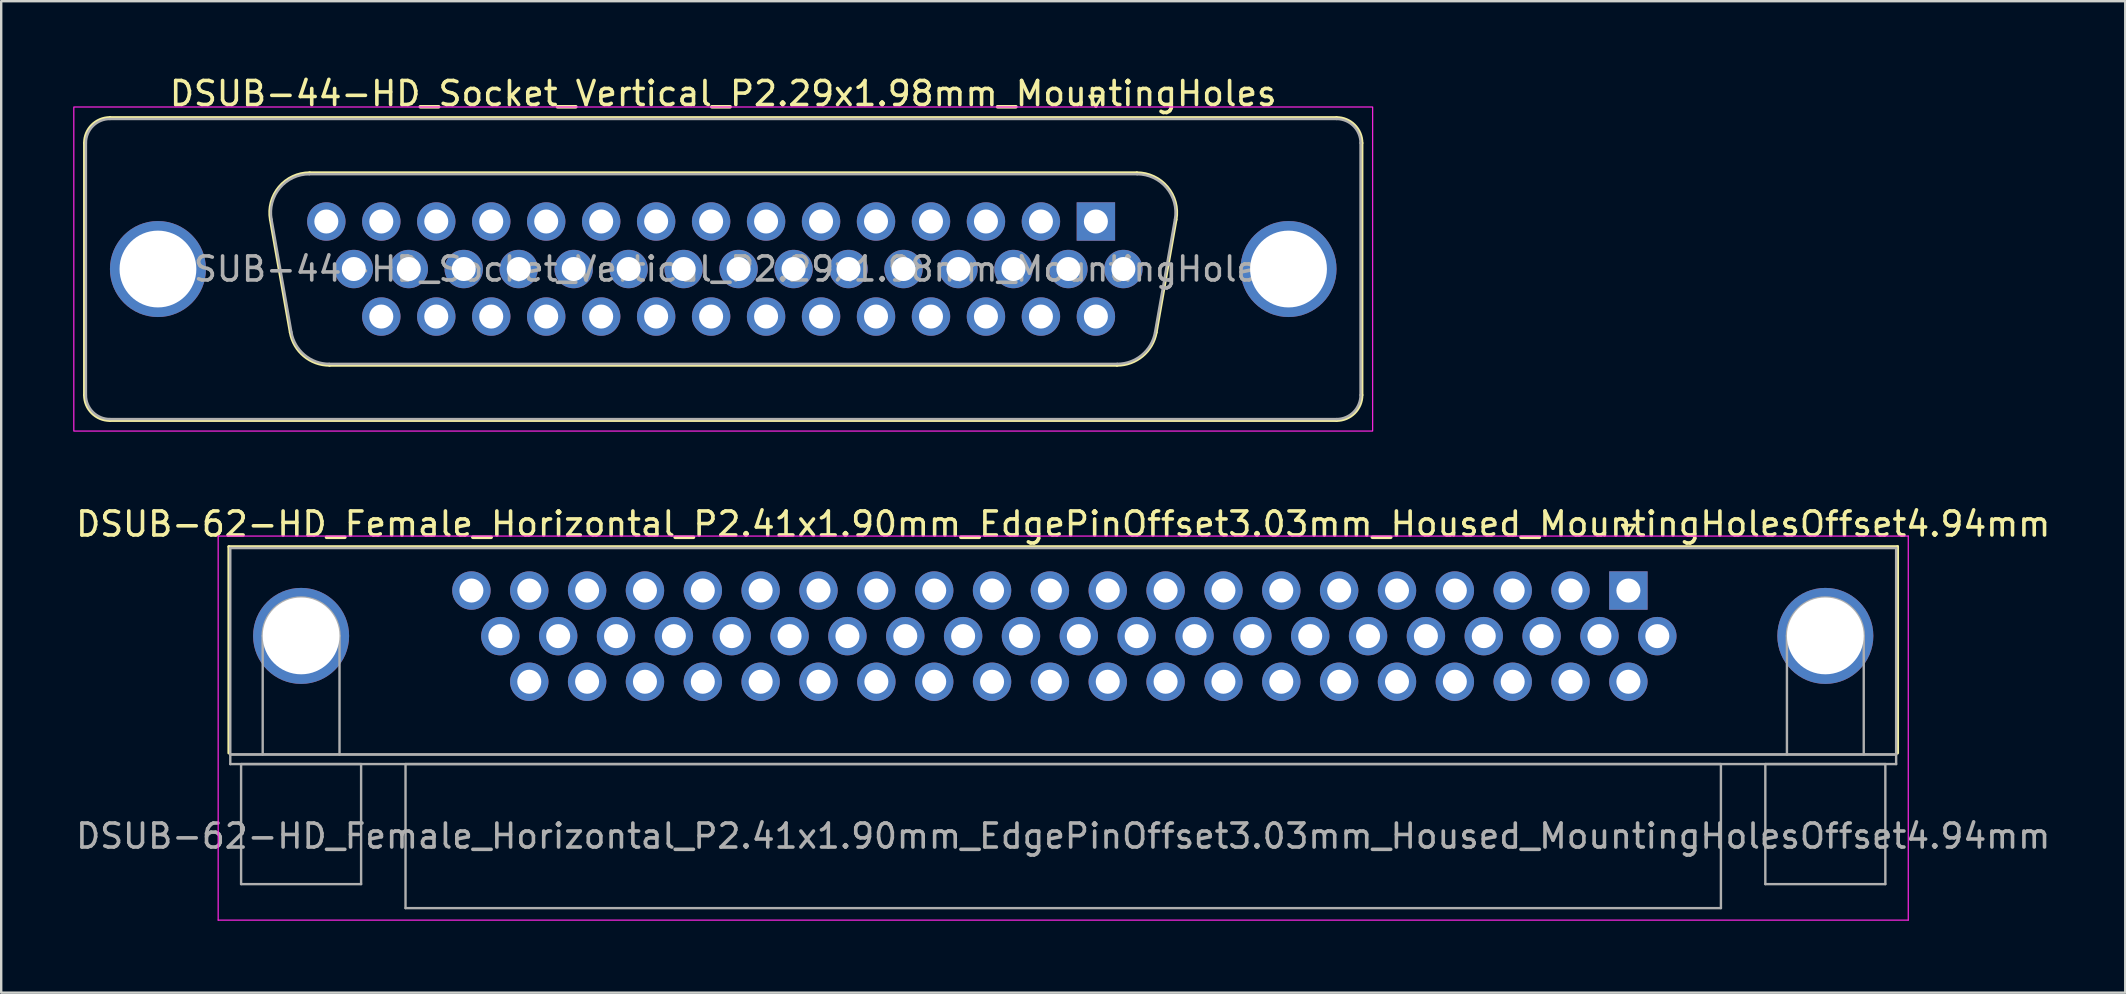
<source format=kicad_pcb>
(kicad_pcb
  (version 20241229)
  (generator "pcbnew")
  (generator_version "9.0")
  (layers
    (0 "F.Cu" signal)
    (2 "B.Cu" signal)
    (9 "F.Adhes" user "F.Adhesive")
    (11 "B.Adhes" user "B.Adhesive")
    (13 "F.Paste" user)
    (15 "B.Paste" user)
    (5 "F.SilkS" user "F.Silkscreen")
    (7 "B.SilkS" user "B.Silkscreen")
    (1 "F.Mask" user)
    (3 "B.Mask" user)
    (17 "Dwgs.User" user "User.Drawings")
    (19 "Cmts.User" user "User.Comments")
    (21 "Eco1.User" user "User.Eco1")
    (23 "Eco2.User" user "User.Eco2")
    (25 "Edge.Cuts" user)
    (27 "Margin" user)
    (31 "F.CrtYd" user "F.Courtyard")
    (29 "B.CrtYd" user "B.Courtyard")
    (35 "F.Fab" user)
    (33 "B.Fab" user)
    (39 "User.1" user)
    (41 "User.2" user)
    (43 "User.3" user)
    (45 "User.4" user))
  (footprint "DSUB-62-HD_Female_Horizontal_P2.41x1.90mm_EdgePinOffset3.03mm_Housed_MountingHolesOffset4.94mm"
    (layer "F.Cu")
    (at 64.789 21.552)
    (property "Reference" "DSUB-62-HD_Female_Horizontal_P2.41x1.90mm_EdgePinOffset3.03mm_Housed_MountingHolesOffset4.94mm" (at -23.545 -2.77 0) (layer "F.SilkS") (effects (font (size 1 1) (thickness 0.15))))
    (attr through_hole)
    (fp_line (start -58.305 -1.83) (end 11.215 -1.83) (stroke (width 0.12) (type solid)) (layer "F.SilkS"))
    (fp_line (start -58.305 6.77) (end -58.305 -1.83) (stroke (width 0.12) (type solid)) (layer "F.SilkS"))
    (fp_line (start -0.25 -2.724) (end 0.25 -2.724) (stroke (width 0.12) (type solid)) (layer "F.SilkS"))
    (fp_line (start 0 -2.291) (end -0.25 -2.724) (stroke (width 0.12) (type solid)) (layer "F.SilkS"))
    (fp_line (start 0.25 -2.724) (end 0 -2.291) (stroke (width 0.12) (type solid)) (layer "F.SilkS"))
    (fp_line (start 11.215 -1.83) (end 11.215 6.77) (stroke (width 0.12) (type solid)) (layer "F.SilkS"))
    (fp_line (start -58.75 -2.27) (end -58.75 13.73) (stroke (width 0.05) (type solid)) (layer "F.CrtYd"))
    (fp_line (start -58.75 13.73) (end 11.66 13.73) (stroke (width 0.05) (type solid)) (layer "F.CrtYd"))
    (fp_line (start 11.66 -2.27) (end -58.75 -2.27) (stroke (width 0.05) (type solid)) (layer "F.CrtYd"))
    (fp_line (start 11.66 13.73) (end 11.66 -2.27) (stroke (width 0.05) (type solid)) (layer "F.CrtYd"))
    (fp_line (start -58.245 -1.77) (end -58.245 6.83) (stroke (width 0.1) (type solid)) (layer "F.Fab"))
    (fp_line (start -58.245 6.83) (end -58.245 7.23) (stroke (width 0.1) (type solid)) (layer "F.Fab"))
    (fp_line (start -58.245 6.83) (end 11.155 6.83) (stroke (width 0.1) (type solid)) (layer "F.Fab"))
    (fp_line (start -58.245 7.23) (end 11.155 7.23) (stroke (width 0.1) (type solid)) (layer "F.Fab"))
    (fp_line (start -57.795 7.23) (end -57.795 12.23) (stroke (width 0.1) (type solid)) (layer "F.Fab"))
    (fp_line (start -57.795 12.23) (end -52.795 12.23) (stroke (width 0.1) (type solid)) (layer "F.Fab"))
    (fp_line (start -56.895 6.83) (end -56.895 1.89) (stroke (width 0.1) (type solid)) (layer "F.Fab"))
    (fp_line (start -53.695 6.83) (end -53.695 1.89) (stroke (width 0.1) (type solid)) (layer "F.Fab"))
    (fp_line (start -52.795 7.23) (end -57.795 7.23) (stroke (width 0.1) (type solid)) (layer "F.Fab"))
    (fp_line (start -52.795 12.23) (end -52.795 7.23) (stroke (width 0.1) (type solid)) (layer "F.Fab"))
    (fp_line (start -50.945 7.23) (end -50.945 13.23) (stroke (width 0.1) (type solid)) (layer "F.Fab"))
    (fp_line (start -50.945 13.23) (end 3.855 13.23) (stroke (width 0.1) (type solid)) (layer "F.Fab"))
    (fp_line (start 3.855 7.23) (end -50.945 7.23) (stroke (width 0.1) (type solid)) (layer "F.Fab"))
    (fp_line (start 3.855 13.23) (end 3.855 7.23) (stroke (width 0.1) (type solid)) (layer "F.Fab"))
    (fp_line (start 5.705 7.23) (end 5.705 12.23) (stroke (width 0.1) (type solid)) (layer "F.Fab"))
    (fp_line (start 5.705 12.23) (end 10.705 12.23) (stroke (width 0.1) (type solid)) (layer "F.Fab"))
    (fp_line (start 6.605 6.83) (end 6.605 1.89) (stroke (width 0.1) (type solid)) (layer "F.Fab"))
    (fp_line (start 9.805 6.83) (end 9.805 1.89) (stroke (width 0.1) (type solid)) (layer "F.Fab"))
    (fp_line (start 10.705 7.23) (end 5.705 7.23) (stroke (width 0.1) (type solid)) (layer "F.Fab"))
    (fp_line (start 10.705 12.23) (end 10.705 7.23) (stroke (width 0.1) (type solid)) (layer "F.Fab"))
    (fp_line (start 11.155 -1.77) (end -58.245 -1.77) (stroke (width 0.1) (type solid)) (layer "F.Fab"))
    (fp_line (start 11.155 6.83) (end -58.245 6.83) (stroke (width 0.1) (type solid)) (layer "F.Fab"))
    (fp_line (start 11.155 6.83) (end 11.155 -1.77) (stroke (width 0.1) (type solid)) (layer "F.Fab"))
    (fp_line (start 11.155 7.23) (end 11.155 6.83) (stroke (width 0.1) (type solid)) (layer "F.Fab"))
    (fp_arc (start -56.895 1.89) (mid -55.295 0.29) (end -53.695 1.89) (stroke (width 0.1) (type solid)) (layer "F.Fab"))
    (fp_arc (start 6.605 1.89) (mid 8.205 0.29) (end 9.805 1.89) (stroke (width 0.1) (type solid)) (layer "F.Fab"))
    (fp_text user "${REFERENCE}" (at -23.545 10.23 0) (layer "F.Fab") (effects (font (size 1 1) (thickness 0.15))))
    (pad "0" thru_hole circle (at -55.295 1.89) (size 4 4) (drill 3.2) (layers "*.Cu" "*.Mask"))
    (pad "0" thru_hole circle (at 8.205 1.89) (size 4 4) (drill 3.2) (layers "*.Cu" "*.Mask"))
    (pad "1" thru_hole rect (at 0 0) (size 1.6 1.6) (drill 1) (layers "*.Cu" "*.Mask"))
    (pad "2" thru_hole circle (at -2.41 0) (size 1.6 1.6) (drill 1) (layers "*.Cu" "*.Mask"))
    (pad "3" thru_hole circle (at -4.82 0) (size 1.6 1.6) (drill 1) (layers "*.Cu" "*.Mask"))
    (pad "4" thru_hole circle (at -7.23 0) (size 1.6 1.6) (drill 1) (layers "*.Cu" "*.Mask"))
    (pad "5" thru_hole circle (at -9.64 0) (size 1.6 1.6) (drill 1) (layers "*.Cu" "*.Mask"))
    (pad "6" thru_hole circle (at -12.05 0) (size 1.6 1.6) (drill 1) (layers "*.Cu" "*.Mask"))
    (pad "7" thru_hole circle (at -14.46 0) (size 1.6 1.6) (drill 1) (layers "*.Cu" "*.Mask"))
    (pad "8" thru_hole circle (at -16.87 0) (size 1.6 1.6) (drill 1) (layers "*.Cu" "*.Mask"))
    (pad "9" thru_hole circle (at -19.28 0) (size 1.6 1.6) (drill 1) (layers "*.Cu" "*.Mask"))
    (pad "10" thru_hole circle (at -21.69 0) (size 1.6 1.6) (drill 1) (layers "*.Cu" "*.Mask"))
    (pad "11" thru_hole circle (at -24.1 0) (size 1.6 1.6) (drill 1) (layers "*.Cu" "*.Mask"))
    (pad "12" thru_hole circle (at -26.51 0) (size 1.6 1.6) (drill 1) (layers "*.Cu" "*.Mask"))
    (pad "13" thru_hole circle (at -28.92 0) (size 1.6 1.6) (drill 1) (layers "*.Cu" "*.Mask"))
    (pad "14" thru_hole circle (at -31.33 0) (size 1.6 1.6) (drill 1) (layers "*.Cu" "*.Mask"))
    (pad "15" thru_hole circle (at -33.74 0) (size 1.6 1.6) (drill 1) (layers "*.Cu" "*.Mask"))
    (pad "16" thru_hole circle (at -36.15 0) (size 1.6 1.6) (drill 1) (layers "*.Cu" "*.Mask"))
    (pad "17" thru_hole circle (at -38.56 0) (size 1.6 1.6) (drill 1) (layers "*.Cu" "*.Mask"))
    (pad "18" thru_hole circle (at -40.97 0) (size 1.6 1.6) (drill 1) (layers "*.Cu" "*.Mask"))
    (pad "19" thru_hole circle (at -43.38 0) (size 1.6 1.6) (drill 1) (layers "*.Cu" "*.Mask"))
    (pad "20" thru_hole circle (at -45.79 0) (size 1.6 1.6) (drill 1) (layers "*.Cu" "*.Mask"))
    (pad "21" thru_hole circle (at -48.2 0) (size 1.6 1.6) (drill 1) (layers "*.Cu" "*.Mask"))
    (pad "22" thru_hole circle (at 1.205 1.9) (size 1.6 1.6) (drill 1) (layers "*.Cu" "*.Mask"))
    (pad "23" thru_hole circle (at -1.205 1.9) (size 1.6 1.6) (drill 1) (layers "*.Cu" "*.Mask"))
    (pad "24" thru_hole circle (at -3.615 1.9) (size 1.6 1.6) (drill 1) (layers "*.Cu" "*.Mask"))
    (pad "25" thru_hole circle (at -6.025 1.9) (size 1.6 1.6) (drill 1) (layers "*.Cu" "*.Mask"))
    (pad "26" thru_hole circle (at -8.435 1.9) (size 1.6 1.6) (drill 1) (layers "*.Cu" "*.Mask"))
    (pad "27" thru_hole circle (at -10.845 1.9) (size 1.6 1.6) (drill 1) (layers "*.Cu" "*.Mask"))
    (pad "28" thru_hole circle (at -13.255 1.9) (size 1.6 1.6) (drill 1) (layers "*.Cu" "*.Mask"))
    (pad "29" thru_hole circle (at -15.665 1.9) (size 1.6 1.6) (drill 1) (layers "*.Cu" "*.Mask"))
    (pad "30" thru_hole circle (at -18.075 1.9) (size 1.6 1.6) (drill 1) (layers "*.Cu" "*.Mask"))
    (pad "31" thru_hole circle (at -20.485 1.9) (size 1.6 1.6) (drill 1) (layers "*.Cu" "*.Mask"))
    (pad "32" thru_hole circle (at -22.895 1.9) (size 1.6 1.6) (drill 1) (layers "*.Cu" "*.Mask"))
    (pad "33" thru_hole circle (at -25.305 1.9) (size 1.6 1.6) (drill 1) (layers "*.Cu" "*.Mask"))
    (pad "34" thru_hole circle (at -27.715 1.9) (size 1.6 1.6) (drill 1) (layers "*.Cu" "*.Mask"))
    (pad "35" thru_hole circle (at -30.125 1.9) (size 1.6 1.6) (drill 1) (layers "*.Cu" "*.Mask"))
    (pad "36" thru_hole circle (at -32.535 1.9) (size 1.6 1.6) (drill 1) (layers "*.Cu" "*.Mask"))
    (pad "37" thru_hole circle (at -34.945 1.9) (size 1.6 1.6) (drill 1) (layers "*.Cu" "*.Mask"))
    (pad "38" thru_hole circle (at -37.355 1.9) (size 1.6 1.6) (drill 1) (layers "*.Cu" "*.Mask"))
    (pad "39" thru_hole circle (at -39.765 1.9) (size 1.6 1.6) (drill 1) (layers "*.Cu" "*.Mask"))
    (pad "40" thru_hole circle (at -42.175 1.9) (size 1.6 1.6) (drill 1) (layers "*.Cu" "*.Mask"))
    (pad "41" thru_hole circle (at -44.585 1.9) (size 1.6 1.6) (drill 1) (layers "*.Cu" "*.Mask"))
    (pad "42" thru_hole circle (at -46.995 1.9) (size 1.6 1.6) (drill 1) (layers "*.Cu" "*.Mask"))
    (pad "43" thru_hole circle (at 0 3.8) (size 1.6 1.6) (drill 1) (layers "*.Cu" "*.Mask"))
    (pad "44" thru_hole circle (at -2.41 3.8) (size 1.6 1.6) (drill 1) (layers "*.Cu" "*.Mask"))
    (pad "45" thru_hole circle (at -4.82 3.8) (size 1.6 1.6) (drill 1) (layers "*.Cu" "*.Mask"))
    (pad "46" thru_hole circle (at -7.23 3.8) (size 1.6 1.6) (drill 1) (layers "*.Cu" "*.Mask"))
    (pad "47" thru_hole circle (at -9.64 3.8) (size 1.6 1.6) (drill 1) (layers "*.Cu" "*.Mask"))
    (pad "48" thru_hole circle (at -12.05 3.8) (size 1.6 1.6) (drill 1) (layers "*.Cu" "*.Mask"))
    (pad "49" thru_hole circle (at -14.46 3.8) (size 1.6 1.6) (drill 1) (layers "*.Cu" "*.Mask"))
    (pad "50" thru_hole circle (at -16.87 3.8) (size 1.6 1.6) (drill 1) (layers "*.Cu" "*.Mask"))
    (pad "51" thru_hole circle (at -19.28 3.8) (size 1.6 1.6) (drill 1) (layers "*.Cu" "*.Mask"))
    (pad "52" thru_hole circle (at -21.69 3.8) (size 1.6 1.6) (drill 1) (layers "*.Cu" "*.Mask"))
    (pad "53" thru_hole circle (at -24.1 3.8) (size 1.6 1.6) (drill 1) (layers "*.Cu" "*.Mask"))
    (pad "54" thru_hole circle (at -26.51 3.8) (size 1.6 1.6) (drill 1) (layers "*.Cu" "*.Mask"))
    (pad "55" thru_hole circle (at -28.92 3.8) (size 1.6 1.6) (drill 1) (layers "*.Cu" "*.Mask"))
    (pad "56" thru_hole circle (at -31.33 3.8) (size 1.6 1.6) (drill 1) (layers "*.Cu" "*.Mask"))
    (pad "57" thru_hole circle (at -33.74 3.8) (size 1.6 1.6) (drill 1) (layers "*.Cu" "*.Mask"))
    (pad "58" thru_hole circle (at -36.15 3.8) (size 1.6 1.6) (drill 1) (layers "*.Cu" "*.Mask"))
    (pad "59" thru_hole circle (at -38.56 3.8) (size 1.6 1.6) (drill 1) (layers "*.Cu" "*.Mask"))
    (pad "60" thru_hole circle (at -40.97 3.8) (size 1.6 1.6) (drill 1) (layers "*.Cu" "*.Mask"))
    (pad "61" thru_hole circle (at -43.38 3.8) (size 1.6 1.6) (drill 1) (layers "*.Cu" "*.Mask"))
    (pad "62" thru_hole circle (at -45.79 3.8) (size 1.6 1.6) (drill 1) (layers "*.Cu" "*.Mask")))
  (footprint "DSUB-44-HD_Socket_Vertical_P2.29x1.98mm_MountingHoles"
    (layer "F.Cu")
    (at 42.605 6.178)
    (property "Reference" "DSUB-44-HD_Socket_Vertical_P2.29x1.98mm_MountingHoles" (at -15.525 -5.33 0) (layer "F.SilkS") (effects (font (size 1 1) (thickness 0.15))))
    (attr through_hole)
    (fp_line (start -42.135 7.23) (end -42.135 -3.27) (stroke (width 0.12) (type solid)) (layer "F.SilkS"))
    (fp_line (start -41.075 -4.33) (end 10.025 -4.33) (stroke (width 0.12) (type solid)) (layer "F.SilkS"))
    (fp_line (start -33.563 4.618) (end -34.391 -0.082) (stroke (width 0.12) (type solid)) (layer "F.SilkS"))
    (fp_line (start -32.757 -2.03) (end 1.707 -2.03) (stroke (width 0.12) (type solid)) (layer "F.SilkS"))
    (fp_line (start -0.25 -5.224) (end 0.25 -5.224) (stroke (width 0.12) (type solid)) (layer "F.SilkS"))
    (fp_line (start 0 -4.791) (end -0.25 -5.224) (stroke (width 0.12) (type solid)) (layer "F.SilkS"))
    (fp_line (start 0.25 -5.224) (end 0 -4.791) (stroke (width 0.12) (type solid)) (layer "F.SilkS"))
    (fp_line (start 0.878 5.99) (end -31.928 5.99) (stroke (width 0.12) (type solid)) (layer "F.SilkS"))
    (fp_line (start 3.341 -0.082) (end 2.513 4.618) (stroke (width 0.12) (type solid)) (layer "F.SilkS"))
    (fp_line (start 10.025 8.29) (end -41.075 8.29) (stroke (width 0.12) (type solid)) (layer "F.SilkS"))
    (fp_line (start 11.085 -3.27) (end 11.085 7.23) (stroke (width 0.12) (type solid)) (layer "F.SilkS"))
    (fp_arc (start -42.135 -3.27) (mid -41.824533 -4.019533) (end -41.075 -4.33) (stroke (width 0.12) (type solid)) (layer "F.SilkS"))
    (fp_arc (start -41.075 8.29) (mid -41.824533 7.979533) (end -42.135 7.23) (stroke (width 0.12) (type solid)) (layer "F.SilkS"))
    (fp_arc (start -34.39147 -0.081744) (mid -34.028323 -1.437027) (end -32.756689 -2.03) (stroke (width 0.12) (type solid)) (layer "F.SilkS"))
    (fp_arc (start -31.927952 5.99) (mid -32.99498 5.601634) (end -33.562733 4.618256) (stroke (width 0.12) (type solid)) (layer "F.SilkS"))
    (fp_arc (start 1.706689 -2.03) (mid 2.978323 -1.437027) (end 3.34147 -0.081744) (stroke (width 0.12) (type solid)) (layer "F.SilkS"))
    (fp_arc (start 2.512733 4.618256) (mid 1.94498 5.601634) (end 0.877952 5.99) (stroke (width 0.12) (type solid)) (layer "F.SilkS"))
    (fp_arc (start 10.025 -4.33) (mid 10.774533 -4.019533) (end 11.085 -3.27) (stroke (width 0.12) (type solid)) (layer "F.SilkS"))
    (fp_arc (start 11.085 7.23) (mid 10.774533 7.979533) (end 10.025 8.29) (stroke (width 0.12) (type solid)) (layer "F.SilkS"))
    (fp_rect (start -42.58 -4.77) (end 11.53 8.73) (stroke (width 0.05) (type solid)) (fill no) (layer "F.CrtYd"))
    (fp_line (start -42.075 7.23) (end -42.075 -3.27) (stroke (width 0.1) (type solid)) (layer "F.Fab"))
    (fp_line (start -41.075 -4.27) (end 10.025 -4.27) (stroke (width 0.1) (type solid)) (layer "F.Fab"))
    (fp_line (start -33.515 4.608) (end -34.344 -0.092) (stroke (width 0.1) (type solid)) (layer "F.Fab"))
    (fp_line (start -32.768 -1.97) (end 1.718 -1.97) (stroke (width 0.1) (type solid)) (layer "F.Fab"))
    (fp_line (start 0.889 5.93) (end -31.939 5.93) (stroke (width 0.1) (type solid)) (layer "F.Fab"))
    (fp_line (start 3.294 -0.092) (end 2.465 4.608) (stroke (width 0.1) (type solid)) (layer "F.Fab"))
    (fp_line (start 10.025 8.23) (end -41.075 8.23) (stroke (width 0.1) (type solid)) (layer "F.Fab"))
    (fp_line (start 11.025 -3.27) (end 11.025 7.23) (stroke (width 0.1) (type solid)) (layer "F.Fab"))
    (fp_arc (start -42.075 -3.27) (mid -41.782107 -3.977107) (end -41.075 -4.27) (stroke (width 0.1) (type solid)) (layer "F.Fab"))
    (fp_arc (start -41.075 8.23) (mid -41.782107 7.937107) (end -42.075 7.23) (stroke (width 0.1) (type solid)) (layer "F.Fab"))
    (fp_arc (start -34.343887 -0.092163) (mid -33.993865 -1.39846) (end -32.768194 -1.97) (stroke (width 0.1) (type solid)) (layer "F.Fab"))
    (fp_arc (start -31.939457 5.93) (mid -32.967918 5.555671) (end -33.51515 4.607837) (stroke (width 0.1) (type solid)) (layer "F.Fab"))
    (fp_arc (start 1.718194 -1.97) (mid 2.943865 -1.39846) (end 3.293887 -0.092163) (stroke (width 0.1) (type solid)) (layer "F.Fab"))
    (fp_arc (start 2.46515 4.607837) (mid 1.917918 5.555671) (end 0.889457 5.93) (stroke (width 0.1) (type solid)) (layer "F.Fab"))
    (fp_arc (start 10.025 -4.27) (mid 10.732107 -3.977107) (end 11.025 -3.27) (stroke (width 0.1) (type solid)) (layer "F.Fab"))
    (fp_arc (start 11.025 7.23) (mid 10.732107 7.937107) (end 10.025 8.23) (stroke (width 0.1) (type solid)) (layer "F.Fab"))
    (fp_text user "${REFERENCE}" (at -15.525 1.98 0) (layer "F.Fab") (effects (font (size 1 1) (thickness 0.15))))
    (pad "1" thru_hole rect (at 0 0) (size 1.6 1.6) (drill 1) (layers "*.Cu" "*.Mask"))
    (pad "2" thru_hole circle (at -2.29 0) (size 1.6 1.6) (drill 1) (layers "*.Cu" "*.Mask"))
    (pad "3" thru_hole circle (at -4.58 0) (size 1.6 1.6) (drill 1) (layers "*.Cu" "*.Mask"))
    (pad "4" thru_hole circle (at -6.87 0) (size 1.6 1.6) (drill 1) (layers "*.Cu" "*.Mask"))
    (pad "5" thru_hole circle (at -9.16 0) (size 1.6 1.6) (drill 1) (layers "*.Cu" "*.Mask"))
    (pad "6" thru_hole circle (at -11.45 0) (size 1.6 1.6) (drill 1) (layers "*.Cu" "*.Mask"))
    (pad "7" thru_hole circle (at -13.74 0) (size 1.6 1.6) (drill 1) (layers "*.Cu" "*.Mask"))
    (pad "8" thru_hole circle (at -16.03 0) (size 1.6 1.6) (drill 1) (layers "*.Cu" "*.Mask"))
    (pad "9" thru_hole circle (at -18.32 0) (size 1.6 1.6) (drill 1) (layers "*.Cu" "*.Mask"))
    (pad "10" thru_hole circle (at -20.61 0) (size 1.6 1.6) (drill 1) (layers "*.Cu" "*.Mask"))
    (pad "11" thru_hole circle (at -22.9 0) (size 1.6 1.6) (drill 1) (layers "*.Cu" "*.Mask"))
    (pad "12" thru_hole circle (at -25.19 0) (size 1.6 1.6) (drill 1) (layers "*.Cu" "*.Mask"))
    (pad "13" thru_hole circle (at -27.48 0) (size 1.6 1.6) (drill 1) (layers "*.Cu" "*.Mask"))
    (pad "14" thru_hole circle (at -29.77 0) (size 1.6 1.6) (drill 1) (layers "*.Cu" "*.Mask"))
    (pad "15" thru_hole circle (at -32.06 0) (size 1.6 1.6) (drill 1) (layers "*.Cu" "*.Mask"))
    (pad "16" thru_hole circle (at 1.145 1.98) (size 1.6 1.6) (drill 1) (layers "*.Cu" "*.Mask"))
    (pad "17" thru_hole circle (at -1.145 1.98) (size 1.6 1.6) (drill 1) (layers "*.Cu" "*.Mask"))
    (pad "18" thru_hole circle (at -3.435 1.98) (size 1.6 1.6) (drill 1) (layers "*.Cu" "*.Mask"))
    (pad "19" thru_hole circle (at -5.725 1.98) (size 1.6 1.6) (drill 1) (layers "*.Cu" "*.Mask"))
    (pad "20" thru_hole circle (at -8.015 1.98) (size 1.6 1.6) (drill 1) (layers "*.Cu" "*.Mask"))
    (pad "21" thru_hole circle (at -10.305 1.98) (size 1.6 1.6) (drill 1) (layers "*.Cu" "*.Mask"))
    (pad "22" thru_hole circle (at -12.595 1.98) (size 1.6 1.6) (drill 1) (layers "*.Cu" "*.Mask"))
    (pad "23" thru_hole circle (at -14.885 1.98) (size 1.6 1.6) (drill 1) (layers "*.Cu" "*.Mask"))
    (pad "24" thru_hole circle (at -17.175 1.98) (size 1.6 1.6) (drill 1) (layers "*.Cu" "*.Mask"))
    (pad "25" thru_hole circle (at -19.465 1.98) (size 1.6 1.6) (drill 1) (layers "*.Cu" "*.Mask"))
    (pad "26" thru_hole circle (at -21.755 1.98) (size 1.6 1.6) (drill 1) (layers "*.Cu" "*.Mask"))
    (pad "27" thru_hole circle (at -24.045 1.98) (size 1.6 1.6) (drill 1) (layers "*.Cu" "*.Mask"))
    (pad "28" thru_hole circle (at -26.335 1.98) (size 1.6 1.6) (drill 1) (layers "*.Cu" "*.Mask"))
    (pad "29" thru_hole circle (at -28.625 1.98) (size 1.6 1.6) (drill 1) (layers "*.Cu" "*.Mask"))
    (pad "30" thru_hole circle (at -30.915 1.98) (size 1.6 1.6) (drill 1) (layers "*.Cu" "*.Mask"))
    (pad "31" thru_hole circle (at 0 3.96) (size 1.6 1.6) (drill 1) (layers "*.Cu" "*.Mask"))
    (pad "32" thru_hole circle (at -2.29 3.96) (size 1.6 1.6) (drill 1) (layers "*.Cu" "*.Mask"))
    (pad "33" thru_hole circle (at -4.58 3.96) (size 1.6 1.6) (drill 1) (layers "*.Cu" "*.Mask"))
    (pad "34" thru_hole circle (at -6.87 3.96) (size 1.6 1.6) (drill 1) (layers "*.Cu" "*.Mask"))
    (pad "35" thru_hole circle (at -9.16 3.96) (size 1.6 1.6) (drill 1) (layers "*.Cu" "*.Mask"))
    (pad "36" thru_hole circle (at -11.45 3.96) (size 1.6 1.6) (drill 1) (layers "*.Cu" "*.Mask"))
    (pad "37" thru_hole circle (at -13.74 3.96) (size 1.6 1.6) (drill 1) (layers "*.Cu" "*.Mask"))
    (pad "38" thru_hole circle (at -16.03 3.96) (size 1.6 1.6) (drill 1) (layers "*.Cu" "*.Mask"))
    (pad "39" thru_hole circle (at -18.32 3.96) (size 1.6 1.6) (drill 1) (layers "*.Cu" "*.Mask"))
    (pad "40" thru_hole circle (at -20.61 3.96) (size 1.6 1.6) (drill 1) (layers "*.Cu" "*.Mask"))
    (pad "41" thru_hole circle (at -22.9 3.96) (size 1.6 1.6) (drill 1) (layers "*.Cu" "*.Mask"))
    (pad "42" thru_hole circle (at -25.19 3.96) (size 1.6 1.6) (drill 1) (layers "*.Cu" "*.Mask"))
    (pad "43" thru_hole circle (at -27.48 3.96) (size 1.6 1.6) (drill 1) (layers "*.Cu" "*.Mask"))
    (pad "44" thru_hole circle (at -29.77 3.96) (size 1.6 1.6) (drill 1) (layers "*.Cu" "*.Mask"))
    (pad "SH" thru_hole circle (at -39.075 1.98) (size 4 4) (drill 3.2) (layers "*.Cu" "*.Mask"))
    (pad "SH" thru_hole circle (at 8.025 1.98) (size 4 4) (drill 3.2) (layers "*.Cu" "*.Mask")))
  (gr_rect
    (start -3 -3)
    (end 85.488 38.306)
    (stroke (width 0.1) (type default))
    (fill no)
    (layer "Edge.Cuts")))
</source>
